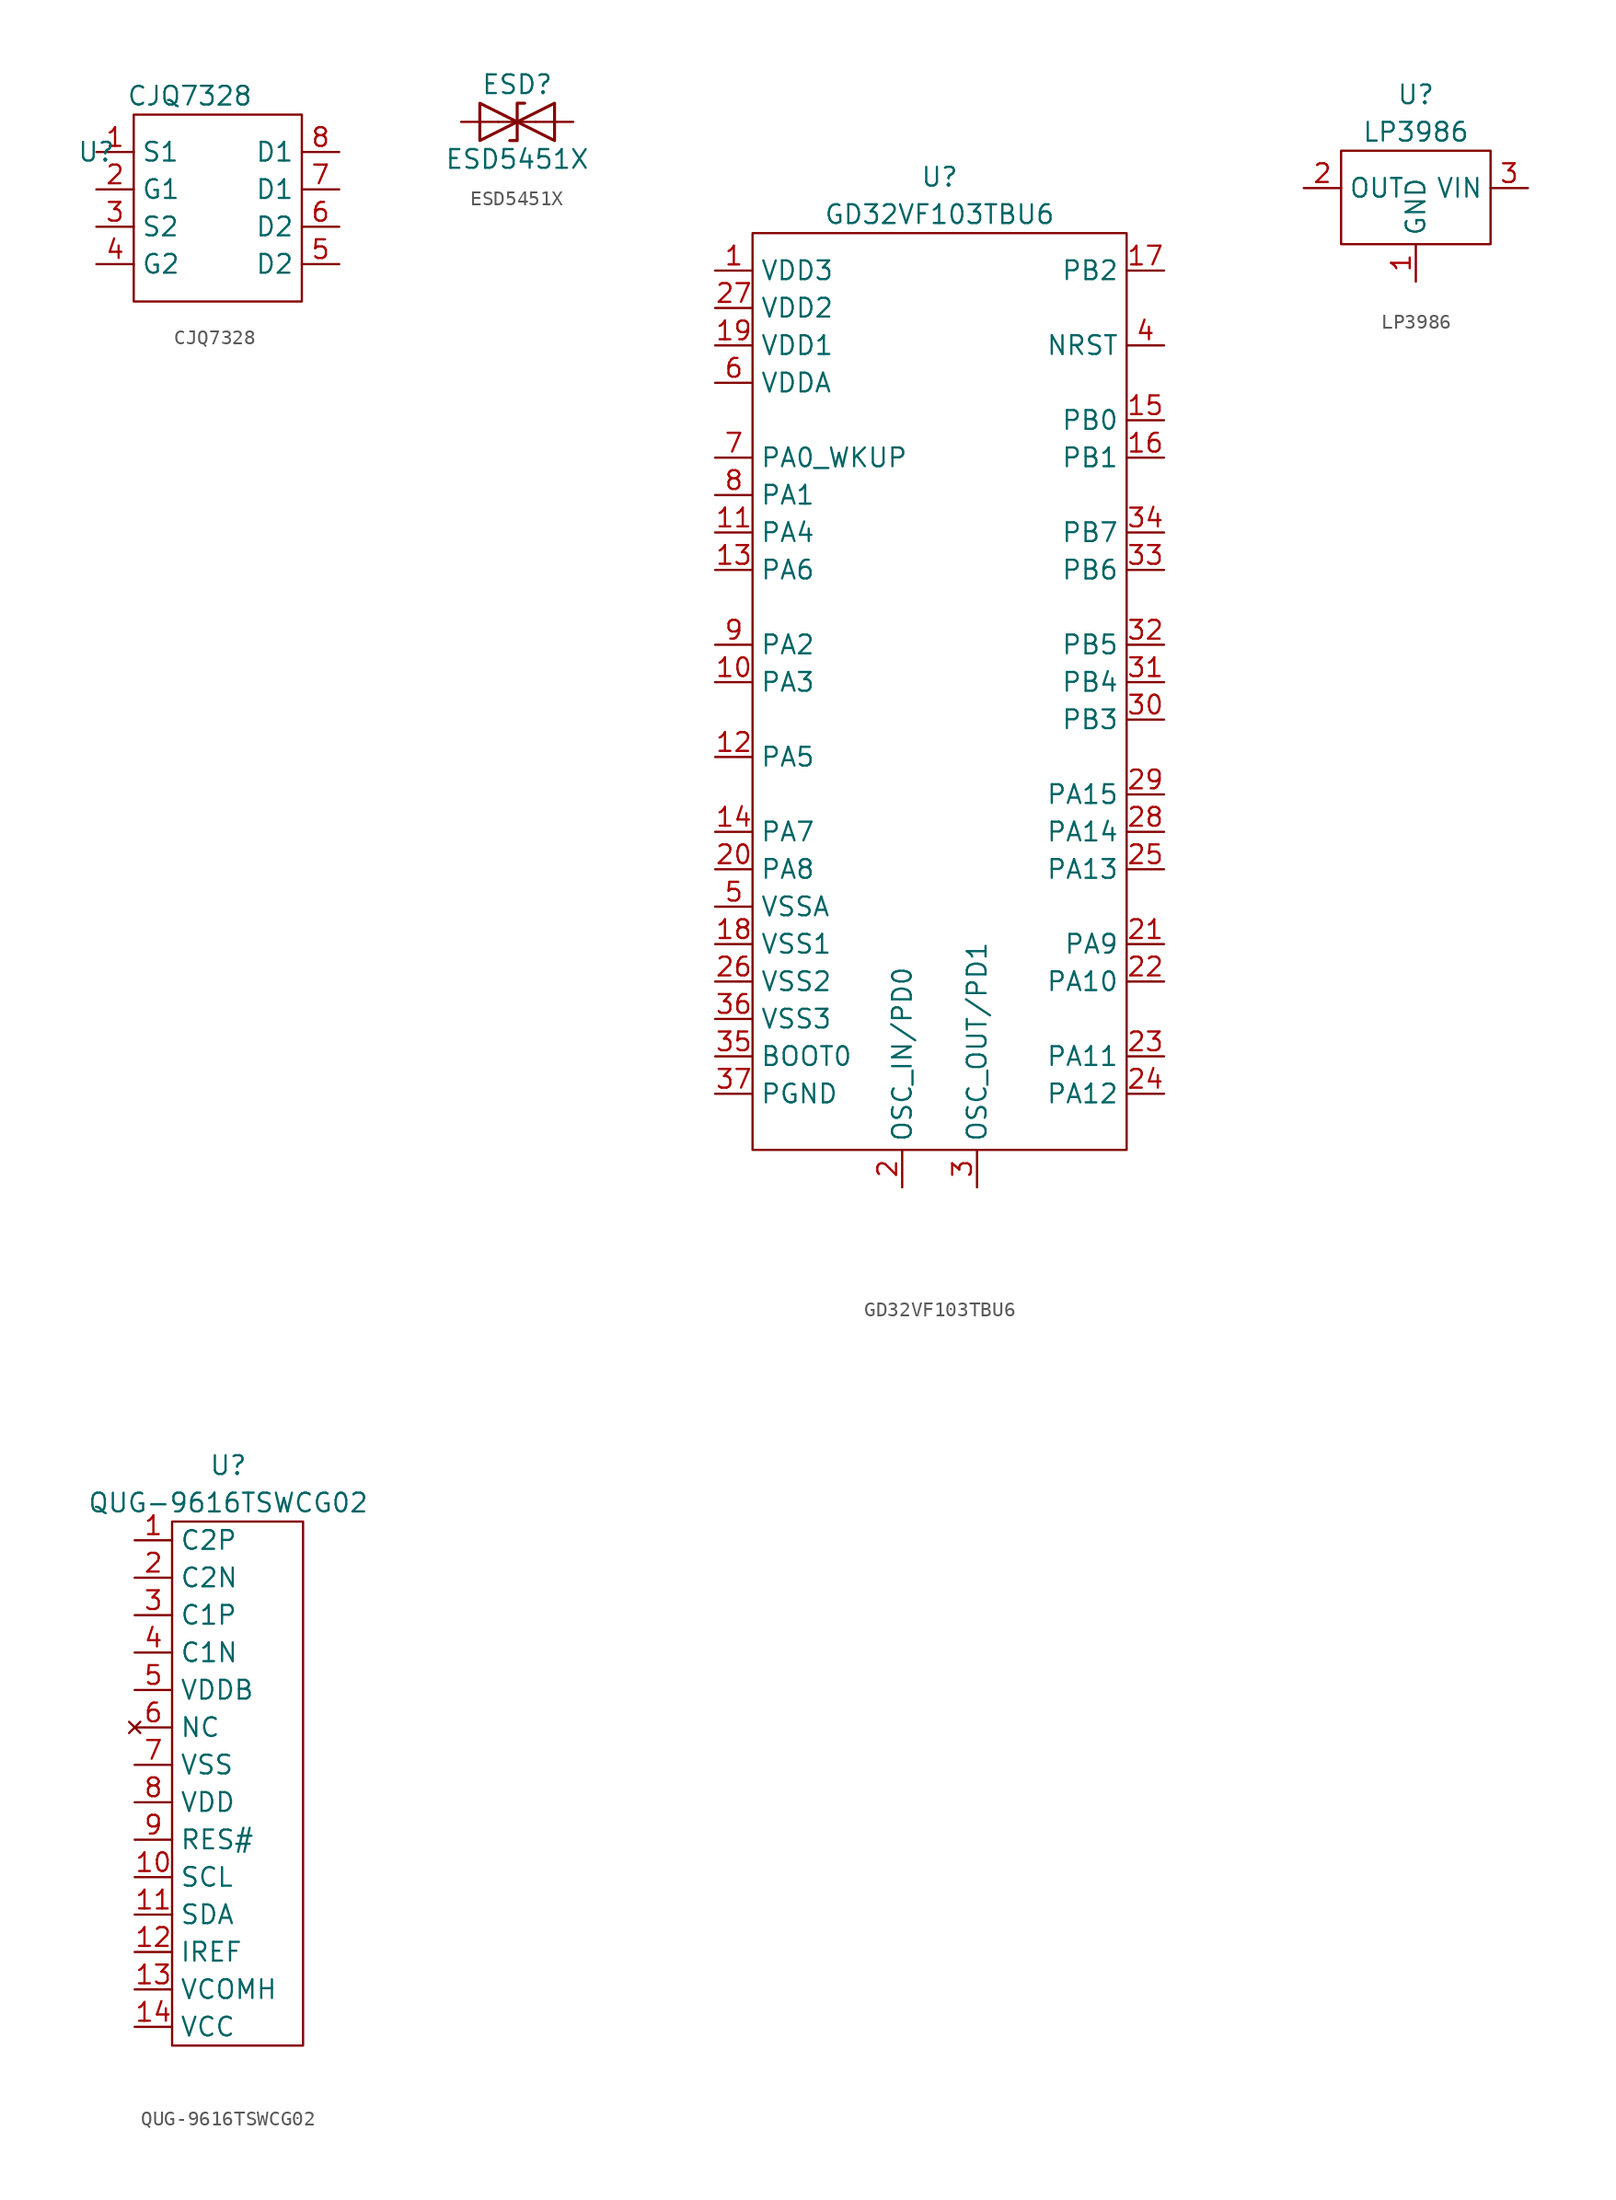
<source format=kicad_sym>
(kicad_symbol_lib
  (version 20211014)
  (generator kicad_symbol_editor)
  (symbol "CJQ7328"
    (property "Reference" "U"
      (at -11.43 1.27 0)
      (effects (font (size 1.27 1.27))))
    (property "Value" "CJQ7328"
      (at -5.08 5.08 0)
      (effects (font (size 1.27 1.27))))
    (symbol "CJQ7328_0_0"
      (pin unspecified line (at -11.43 1.27 0) (length 2.54) (name "S1" (effects (font (size 1.27 1.27)))) (number "1" (effects (font (size 1.27 1.27)))))
      (pin unspecified line (at -11.43 -1.27 0) (length 2.54) (name "G1" (effects (font (size 1.27 1.27)))) (number "2" (effects (font (size 1.27 1.27)))))
      (pin unspecified line (at -11.43 -3.81 0) (length 2.54) (name "S2" (effects (font (size 1.27 1.27)))) (number "3" (effects (font (size 1.27 1.27)))))
      (pin unspecified line (at -11.43 -6.35 0) (length 2.54) (name "G2" (effects (font (size 1.27 1.27)))) (number "4" (effects (font (size 1.27 1.27)))))
      (pin unspecified line (at 5.08 -6.35 180) (length 2.54) (name "D2" (effects (font (size 1.27 1.27)))) (number "5" (effects (font (size 1.27 1.27)))))
      (pin unspecified line (at 5.08 -3.81 180) (length 2.54) (name "D2" (effects (font (size 1.27 1.27)))) (number "6" (effects (font (size 1.27 1.27)))))
      (pin unspecified line (at 5.08 -1.27 180) (length 2.54) (name "D1" (effects (font (size 1.27 1.27)))) (number "7" (effects (font (size 1.27 1.27)))))
      (pin unspecified line (at 5.08 1.27 180) (length 2.54) (name "D1" (effects (font (size 1.27 1.27)))) (number "8" (effects (font (size 1.27 1.27))))))
    (symbol "CJQ7328_0_1"
      (rectangle (start -8.89 3.81) (end 2.54 -8.89) (stroke (width 0) (type default) (color 0 0 0 0)) (fill (type none)))))
  (symbol "ESD5451X"
    (pin_numbers hide)
    (pin_names
      (offset 1.016) hide)
    (property "Reference" "ESD"
      (at 0 2.54 0)
      (effects (font (size 1.27 1.27))))
    (property "Value" "ESD5451X"
      (at 0 -2.54 0)
      (effects (font (size 1.27 1.27))))
    (symbol "ESD5451X_0_1"
      (polyline (pts (xy 1.27 0) (xy -1.27 0)) (stroke (width 0) (type default) (color 0 0 0 0)) (fill (type none)))
      (polyline (pts (xy -2.54 -1.27) (xy 0 0) (xy -2.54 1.27) (xy -2.54 -1.27)) (stroke (width 0.203) (type default) (color 0 0 0 0)) (fill (type none)))
      (polyline (pts (xy 0.508 1.27) (xy 0 1.27) (xy 0 -1.27) (xy -0.508 -1.27)) (stroke (width 0.203) (type default) (color 0 0 0 0)) (fill (type none)))
      (polyline (pts (xy 2.54 1.27) (xy 2.54 -1.27) (xy 0 0) (xy 2.54 1.27)) (stroke (width 0.203) (type default) (color 0 0 0 0)) (fill (type none))))
    (symbol "ESD5451X_1_1"
      (pin passive line (at -3.81 0 0) (length 2.54) (name "A1" (effects (font (size 1.27 1.27)))) (number "1" (effects (font (size 1.27 1.27)))))
      (pin passive line (at 3.81 0 180) (length 2.54) (name "A2" (effects (font (size 1.27 1.27)))) (number "2" (effects (font (size 1.27 1.27)))))))
  (symbol "GD32VF103TBU6"
    (property "Reference" "U"
      (at 0 0 0)
      (effects (font (size 1.27 1.27))))
    (property "Value" "GD32VF103TBU6"
      (at 0 -2.54 0)
      (effects (font (size 1.27 1.27))))
    (symbol "GD32VF103TBU6_0_0"
      (pin unspecified line (at -15.24 -6.35 0) (length 2.54) (name "VDD3" (effects (font (size 1.27 1.27)))) (number "1" (effects (font (size 1.27 1.27)))))
      (pin unspecified line (at -15.24 -34.29 0) (length 2.54) (name "PA3" (effects (font (size 1.27 1.27)))) (number "10" (effects (font (size 1.27 1.27)))))
      (pin unspecified line (at -15.24 -24.13 0) (length 2.54) (name "PA4" (effects (font (size 1.27 1.27)))) (number "11" (effects (font (size 1.27 1.27)))))
      (pin unspecified line (at -15.24 -39.37 0) (length 2.54) (name "PA5" (effects (font (size 1.27 1.27)))) (number "12" (effects (font (size 1.27 1.27)))))
      (pin unspecified line (at -15.24 -26.67 0) (length 2.54) (name "PA6" (effects (font (size 1.27 1.27)))) (number "13" (effects (font (size 1.27 1.27)))))
      (pin unspecified line (at -15.24 -44.45 0) (length 2.54) (name "PA7" (effects (font (size 1.27 1.27)))) (number "14" (effects (font (size 1.27 1.27)))))
      (pin unspecified line (at 15.24 -16.51 180) (length 2.54) (name "PB0" (effects (font (size 1.27 1.27)))) (number "15" (effects (font (size 1.27 1.27)))))
      (pin unspecified line (at 15.24 -19.05 180) (length 2.54) (name "PB1" (effects (font (size 1.27 1.27)))) (number "16" (effects (font (size 1.27 1.27)))))
      (pin unspecified line (at 15.24 -6.35 180) (length 2.54) (name "PB2" (effects (font (size 1.27 1.27)))) (number "17" (effects (font (size 1.27 1.27)))))
      (pin unspecified line (at -15.24 -52.07 0) (length 2.54) (name "VSS1" (effects (font (size 1.27 1.27)))) (number "18" (effects (font (size 1.27 1.27)))))
      (pin unspecified line (at -15.24 -11.43 0) (length 2.54) (name "VDD1" (effects (font (size 1.27 1.27)))) (number "19" (effects (font (size 1.27 1.27)))))
      (pin unspecified line (at -2.54 -68.58 90) (length 2.54) (name "OSC_IN/PD0" (effects (font (size 1.27 1.27)))) (number "2" (effects (font (size 1.27 1.27)))))
      (pin unspecified line (at -15.24 -46.99 0) (length 2.54) (name "PA8" (effects (font (size 1.27 1.27)))) (number "20" (effects (font (size 1.27 1.27)))))
      (pin unspecified line (at 15.24 -52.07 180) (length 2.54) (name "PA9" (effects (font (size 1.27 1.27)))) (number "21" (effects (font (size 1.27 1.27)))))
      (pin unspecified line (at 15.24 -54.61 180) (length 2.54) (name "PA10" (effects (font (size 1.27 1.27)))) (number "22" (effects (font (size 1.27 1.27)))))
      (pin unspecified line (at 15.24 -59.69 180) (length 2.54) (name "PA11" (effects (font (size 1.27 1.27)))) (number "23" (effects (font (size 1.27 1.27)))))
      (pin unspecified line (at 15.24 -62.23 180) (length 2.54) (name "PA12" (effects (font (size 1.27 1.27)))) (number "24" (effects (font (size 1.27 1.27)))))
      (pin unspecified line (at 15.24 -46.99 180) (length 2.54) (name "PA13" (effects (font (size 1.27 1.27)))) (number "25" (effects (font (size 1.27 1.27)))))
      (pin unspecified line (at -15.24 -54.61 0) (length 2.54) (name "VSS2" (effects (font (size 1.27 1.27)))) (number "26" (effects (font (size 1.27 1.27)))))
      (pin unspecified line (at -15.24 -8.89 0) (length 2.54) (name "VDD2" (effects (font (size 1.27 1.27)))) (number "27" (effects (font (size 1.27 1.27)))))
      (pin unspecified line (at 15.24 -44.45 180) (length 2.54) (name "PA14" (effects (font (size 1.27 1.27)))) (number "28" (effects (font (size 1.27 1.27)))))
      (pin unspecified line (at 15.24 -41.91 180) (length 2.54) (name "PA15" (effects (font (size 1.27 1.27)))) (number "29" (effects (font (size 1.27 1.27)))))
      (pin unspecified line (at 2.54 -68.58 90) (length 2.54) (name "OSC_OUT/PD1" (effects (font (size 1.27 1.27)))) (number "3" (effects (font (size 1.27 1.27)))))
      (pin unspecified line (at 15.24 -36.83 180) (length 2.54) (name "PB3" (effects (font (size 1.27 1.27)))) (number "30" (effects (font (size 1.27 1.27)))))
      (pin unspecified line (at 15.24 -34.29 180) (length 2.54) (name "PB4" (effects (font (size 1.27 1.27)))) (number "31" (effects (font (size 1.27 1.27)))))
      (pin unspecified line (at 15.24 -31.75 180) (length 2.54) (name "PB5" (effects (font (size 1.27 1.27)))) (number "32" (effects (font (size 1.27 1.27)))))
      (pin unspecified line (at 15.24 -26.67 180) (length 2.54) (name "PB6" (effects (font (size 1.27 1.27)))) (number "33" (effects (font (size 1.27 1.27)))))
      (pin unspecified line (at 15.24 -24.13 180) (length 2.54) (name "PB7" (effects (font (size 1.27 1.27)))) (number "34" (effects (font (size 1.27 1.27)))))
      (pin unspecified line (at -15.24 -59.69 0) (length 2.54) (name "BOOT0" (effects (font (size 1.27 1.27)))) (number "35" (effects (font (size 1.27 1.27)))))
      (pin unspecified line (at -15.24 -57.15 0) (length 2.54) (name "VSS3" (effects (font (size 1.27 1.27)))) (number "36" (effects (font (size 1.27 1.27)))))
      (pin unspecified line (at -15.24 -62.23 0) (length 2.54) (name "PGND" (effects (font (size 1.27 1.27)))) (number "37" (effects (font (size 1.27 1.27)))))
      (pin unspecified line (at 15.24 -11.43 180) (length 2.54) (name "NRST" (effects (font (size 1.27 1.27)))) (number "4" (effects (font (size 1.27 1.27)))))
      (pin unspecified line (at -15.24 -49.53 0) (length 2.54) (name "VSSA" (effects (font (size 1.27 1.27)))) (number "5" (effects (font (size 1.27 1.27)))))
      (pin unspecified line (at -15.24 -13.97 0) (length 2.54) (name "VDDA" (effects (font (size 1.27 1.27)))) (number "6" (effects (font (size 1.27 1.27)))))
      (pin unspecified line (at -15.24 -19.05 0) (length 2.54) (name "PA0_WKUP" (effects (font (size 1.27 1.27)))) (number "7" (effects (font (size 1.27 1.27)))))
      (pin unspecified line (at -15.24 -21.59 0) (length 2.54) (name "PA1" (effects (font (size 1.27 1.27)))) (number "8" (effects (font (size 1.27 1.27)))))
      (pin unspecified line (at -15.24 -31.75 0) (length 2.54) (name "PA2" (effects (font (size 1.27 1.27)))) (number "9" (effects (font (size 1.27 1.27))))))
    (symbol "GD32VF103TBU6_0_1"
      (rectangle (start -12.7 -3.81) (end 12.7 -66.04) (stroke (width 0) (type default) (color 0 0 0 0)) (fill (type none)))))
  (symbol "LP3986"
    (property "Reference" "U"
      (at 0 2.54 0)
      (effects (font (size 1.27 1.27))))
    (property "Value" "LP3986"
      (at 0 0 0)
      (effects (font (size 1.27 1.27))))
    (symbol "LP3986_0_0"
      (pin unspecified line (at 0 -10.16 90) (length 2.54) (name "GND" (effects (font (size 1.27 1.27)))) (number "1" (effects (font (size 1.27 1.27)))))
      (pin unspecified line (at -7.62 -3.81 0) (length 2.54) (name "OUT" (effects (font (size 1.27 1.27)))) (number "2" (effects (font (size 1.27 1.27)))))
      (pin unspecified line (at 7.62 -3.81 180) (length 2.54) (name "VIN" (effects (font (size 1.27 1.27)))) (number "3" (effects (font (size 1.27 1.27))))))
    (symbol "LP3986_0_1"
      (rectangle (start -5.08 -1.27) (end 5.08 -7.62) (stroke (width 0) (type default) (color 0 0 0 0)) (fill (type none)))))
  (symbol "QUG-9616TSWCG02"
    (property "Reference" "U"
      (at 0 2.54 0)
      (effects (font (size 1.27 1.27))))
    (property "Value" "QUG-9616TSWCG02"
      (at 0 0 0)
      (effects (font (size 1.27 1.27))))
    (symbol "QUG-9616TSWCG02_0_0"
      (pin unspecified line (at -6.35 -2.54 0) (length 2.54) (name "C2P" (effects (font (size 1.27 1.27)))) (number "1" (effects (font (size 1.27 1.27)))))
      (pin unspecified line (at -6.35 -25.4 0) (length 2.54) (name "SCL" (effects (font (size 1.27 1.27)))) (number "10" (effects (font (size 1.27 1.27)))))
      (pin unspecified line (at -6.35 -27.94 0) (length 2.54) (name "SDA" (effects (font (size 1.27 1.27)))) (number "11" (effects (font (size 1.27 1.27)))))
      (pin unspecified line (at -6.35 -30.48 0) (length 2.54) (name "IREF" (effects (font (size 1.27 1.27)))) (number "12" (effects (font (size 1.27 1.27)))))
      (pin unspecified line (at -6.35 -33.02 0) (length 2.54) (name "VCOMH" (effects (font (size 1.27 1.27)))) (number "13" (effects (font (size 1.27 1.27)))))
      (pin unspecified line (at -6.35 -35.56 0) (length 2.54) (name "VCC" (effects (font (size 1.27 1.27)))) (number "14" (effects (font (size 1.27 1.27)))))
      (pin unspecified line (at -6.35 -5.08 0) (length 2.54) (name "C2N" (effects (font (size 1.27 1.27)))) (number "2" (effects (font (size 1.27 1.27)))))
      (pin unspecified line (at -6.35 -7.62 0) (length 2.54) (name "C1P" (effects (font (size 1.27 1.27)))) (number "3" (effects (font (size 1.27 1.27)))))
      (pin unspecified line (at -6.35 -10.16 0) (length 2.54) (name "C1N" (effects (font (size 1.27 1.27)))) (number "4" (effects (font (size 1.27 1.27)))))
      (pin unspecified line (at -6.35 -12.7 0) (length 2.54) (name "VDDB" (effects (font (size 1.27 1.27)))) (number "5" (effects (font (size 1.27 1.27)))))
      (pin no_connect line (at -6.35 -15.24 0) (length 2.54) (name "NC" (effects (font (size 1.27 1.27)))) (number "6" (effects (font (size 1.27 1.27)))))
      (pin unspecified line (at -6.35 -17.78 0) (length 2.54) (name "VSS" (effects (font (size 1.27 1.27)))) (number "7" (effects (font (size 1.27 1.27)))))
      (pin unspecified line (at -6.35 -20.32 0) (length 2.54) (name "VDD" (effects (font (size 1.27 1.27)))) (number "8" (effects (font (size 1.27 1.27)))))
      (pin unspecified line (at -6.35 -22.86 0) (length 2.54) (name "RES#" (effects (font (size 1.27 1.27)))) (number "9" (effects (font (size 1.27 1.27))))))
    (symbol "QUG-9616TSWCG02_0_1"
      (rectangle (start -3.81 -1.27) (end 5.08 -36.83) (stroke (width 0) (type default) (color 0 0 0 0)) (fill (type none))))))
</source>
